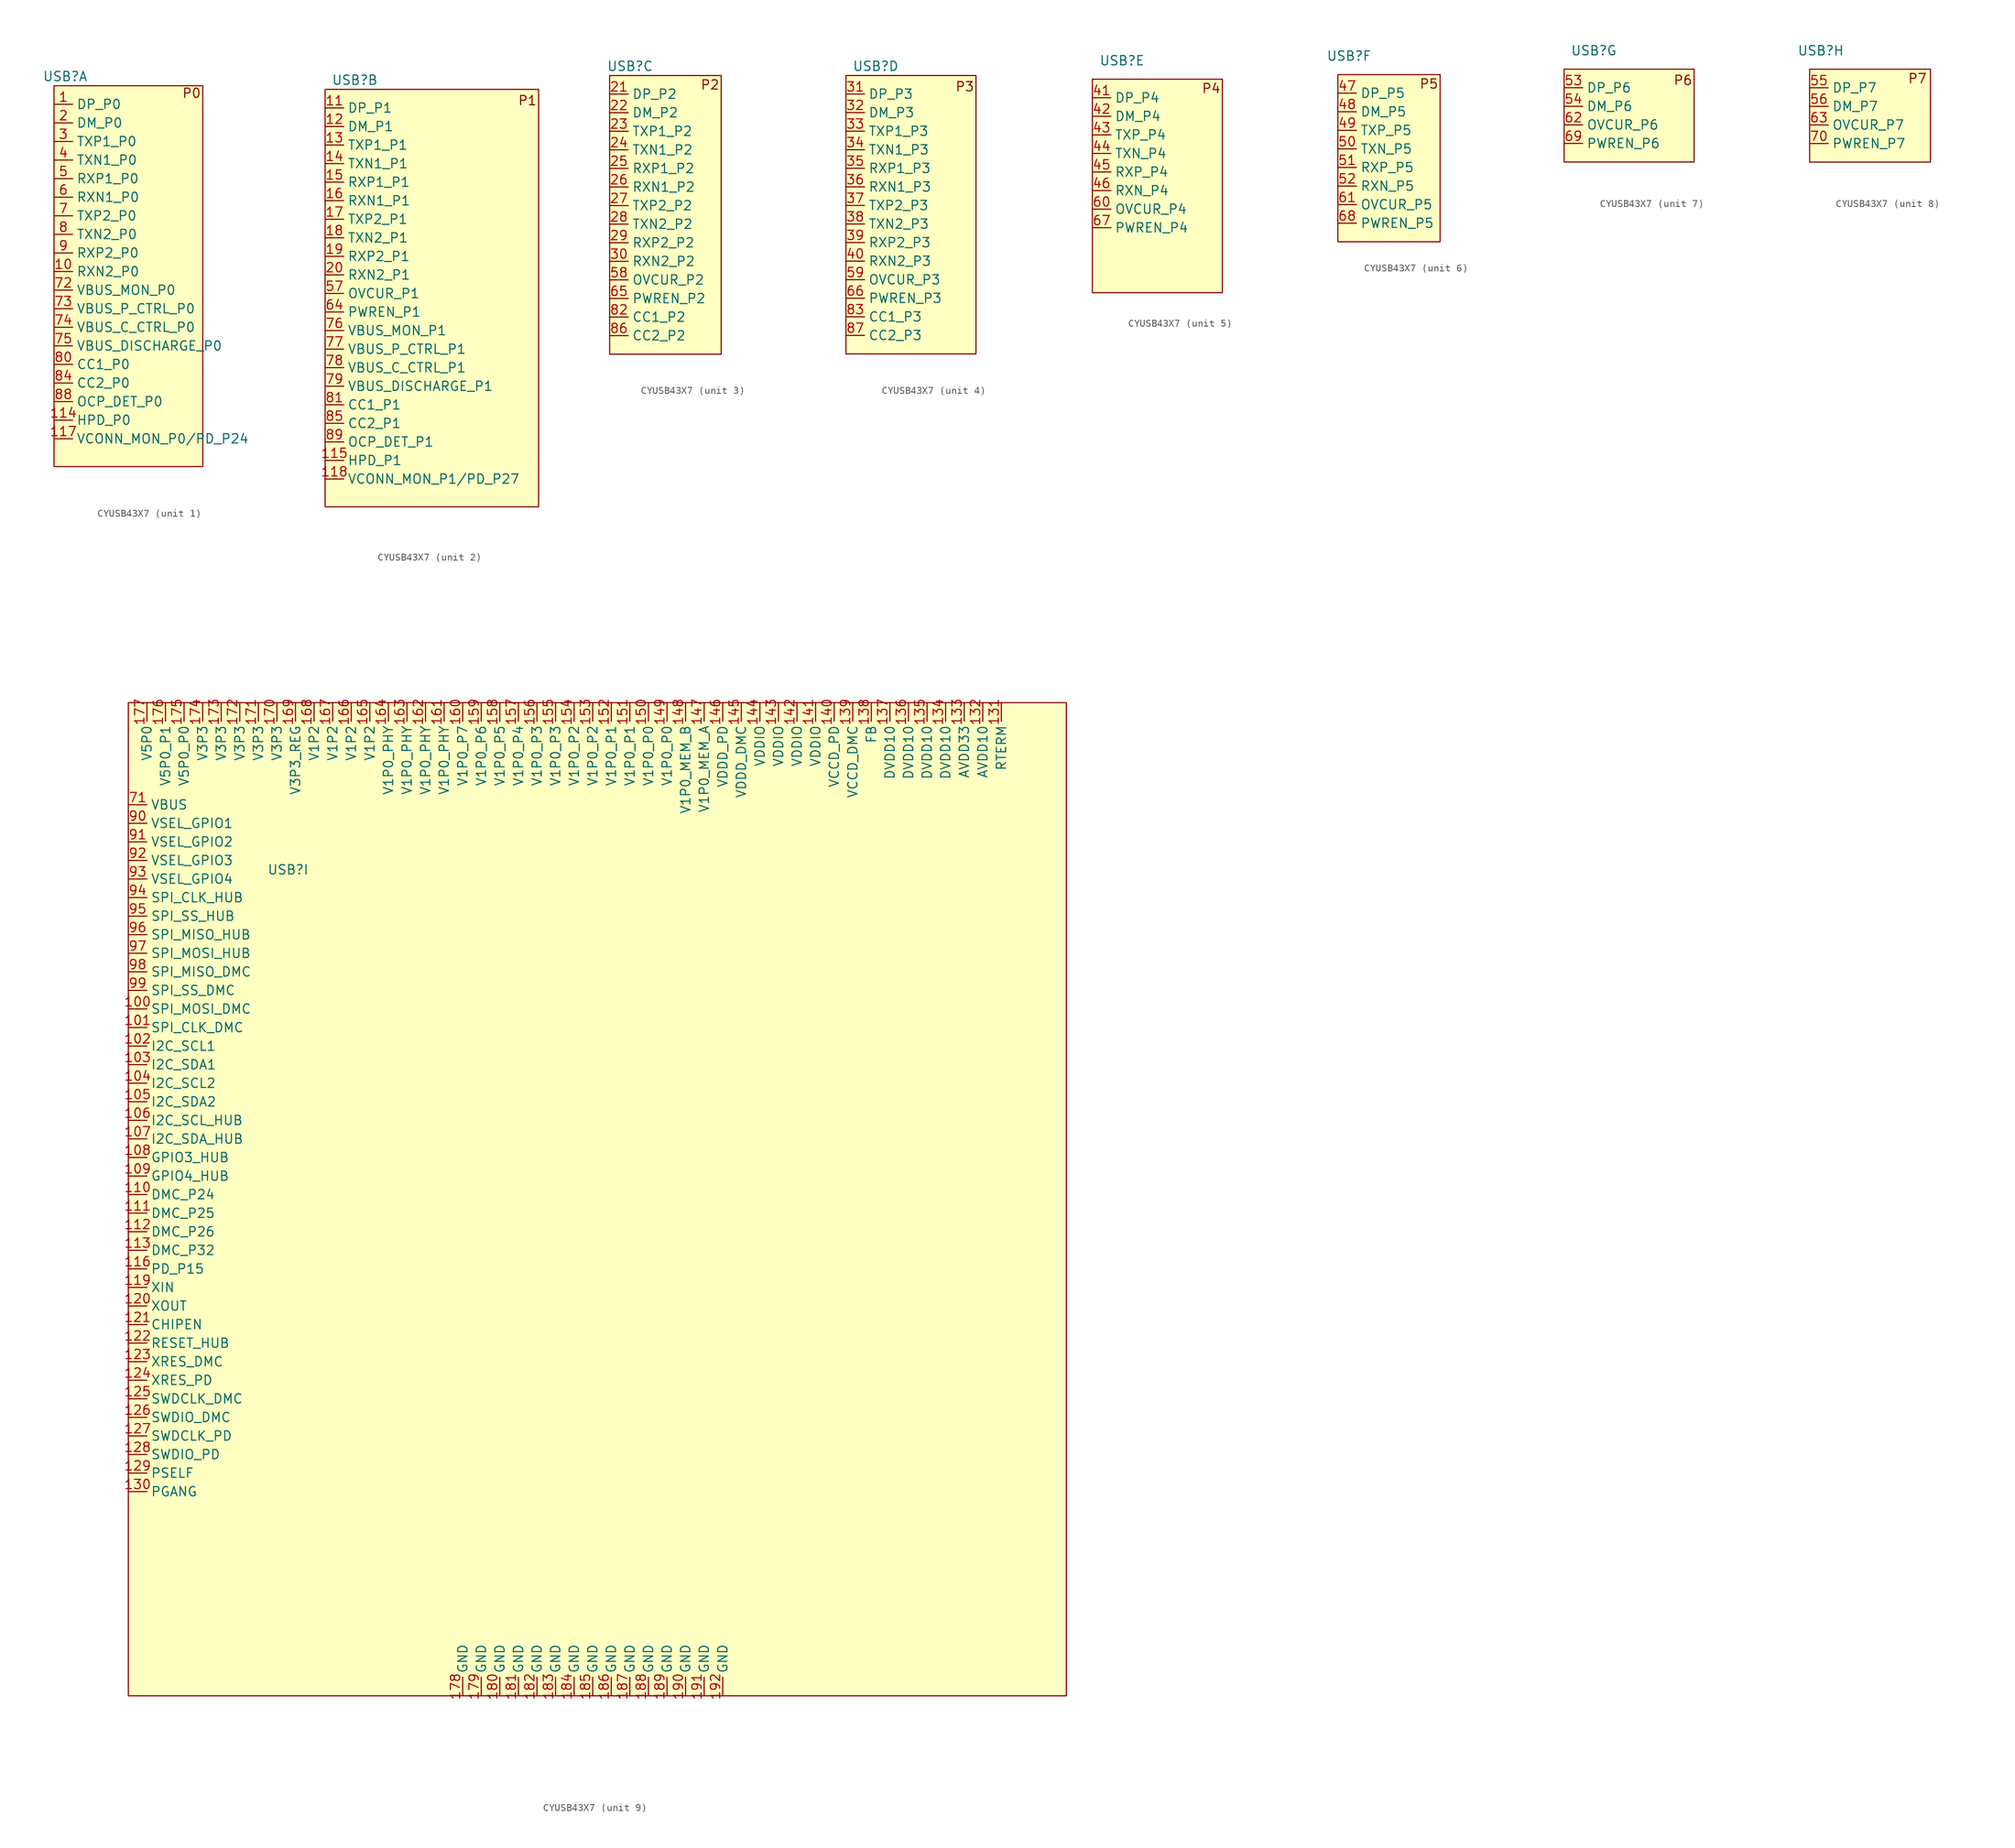
<source format=kicad_sym>
(kicad_symbol_lib
  (version 20231120)
  (generator "kicad_symbol_editor")
  (generator_version "8.0")
  (symbol "CYUSB43X7"
    (property "Reference" "USB"
      (at -4.826 1.27 0)
      (effects (font (size 1.27 1.27))))
    (property "Value" ""
      (at 15.24 -16.51 0)
      (effects (font (size 1.27 1.27))))
    (symbol "CYUSB43X7_1_0"
      (pin bidirectional line (at -6.35 -2.54 0) (length 2.54) (name "DP_P0" (effects (font (size 1.27 1.27)))) (number "1" (effects (font (size 1.27 1.27)))))
      (pin input line (at -6.35 -25.4 0) (length 2.54) (name "RXN2_P0" (effects (font (size 1.27 1.27)))) (number "10" (effects (font (size 1.27 1.27)))))
      (pin bidirectional line (at -6.35 -45.72 0) (length 2.54) (name "HPD_P0" (effects (font (size 1.27 1.27)))) (number "114" (effects (font (size 1.27 1.27)))))
      (pin bidirectional line (at -6.35 -48.26 0) (length 2.54) (name "VCONN_MON_P0/PD_P24" (effects (font (size 1.27 1.27)))) (number "117" (effects (font (size 1.27 1.27)))))
      (pin bidirectional line (at -6.35 -5.08 0) (length 2.54) (name "DM_P0" (effects (font (size 1.27 1.27)))) (number "2" (effects (font (size 1.27 1.27)))))
      (pin output line (at -6.35 -7.62 0) (length 2.54) (name "TXP1_P0" (effects (font (size 1.27 1.27)))) (number "3" (effects (font (size 1.27 1.27)))))
      (pin output line (at -6.35 -10.16 0) (length 2.54) (name "TXN1_P0" (effects (font (size 1.27 1.27)))) (number "4" (effects (font (size 1.27 1.27)))))
      (pin input line (at -6.35 -12.7 0) (length 2.54) (name "RXP1_P0" (effects (font (size 1.27 1.27)))) (number "5" (effects (font (size 1.27 1.27)))))
      (pin input line (at -6.35 -15.24 0) (length 2.54) (name "RXN1_P0" (effects (font (size 1.27 1.27)))) (number "6" (effects (font (size 1.27 1.27)))))
      (pin output line (at -6.35 -17.78 0) (length 2.54) (name "TXP2_P0" (effects (font (size 1.27 1.27)))) (number "7" (effects (font (size 1.27 1.27)))))
      (pin unspecified line (at -6.35 -27.94 0) (length 2.54) (name "VBUS_MON_P0" (effects (font (size 1.27 1.27)))) (number "72" (effects (font (size 1.27 1.27)))))
      (pin bidirectional line (at -6.35 -30.48 0) (length 2.54) (name "VBUS_P_CTRL_P0" (effects (font (size 1.27 1.27)))) (number "73" (effects (font (size 1.27 1.27)))))
      (pin bidirectional line (at -6.35 -33.02 0) (length 2.54) (name "VBUS_C_CTRL_P0" (effects (font (size 1.27 1.27)))) (number "74" (effects (font (size 1.27 1.27)))))
      (pin bidirectional line (at -6.35 -35.56 0) (length 2.54) (name "VBUS_DISCHARGE_P0" (effects (font (size 1.27 1.27)))) (number "75" (effects (font (size 1.27 1.27)))))
      (pin output line (at -6.35 -20.32 0) (length 2.54) (name "TXN2_P0" (effects (font (size 1.27 1.27)))) (number "8" (effects (font (size 1.27 1.27)))))
      (pin unspecified line (at -6.35 -38.1 0) (length 2.54) (name "CC1_P0" (effects (font (size 1.27 1.27)))) (number "80" (effects (font (size 1.27 1.27)))))
      (pin unspecified line (at -6.35 -40.64 0) (length 2.54) (name "CC2_P0" (effects (font (size 1.27 1.27)))) (number "84" (effects (font (size 1.27 1.27)))))
      (pin input line (at -6.35 -43.18 0) (length 2.54) (name "OCP_DET_P0" (effects (font (size 1.27 1.27)))) (number "88" (effects (font (size 1.27 1.27)))))
      (pin input line (at -6.35 -22.86 0) (length 2.54) (name "RXP2_P0" (effects (font (size 1.27 1.27)))) (number "9" (effects (font (size 1.27 1.27))))))
    (symbol "CYUSB43X7_1_1"
      (rectangle (start -6.35 0) (end 13.97 -52.07) (stroke (width 0) (type default)) (fill (type background)))
      (text "P0" (at 12.446 -1.016 0) (effects (font (size 1.27 1.27)))))
    (symbol "CYUSB43X7_2_0"
      (pin bidirectional line (at -8.89 -2.54 0) (length 2.54) (name "DP_P1" (effects (font (size 1.27 1.27)))) (number "11" (effects (font (size 1.27 1.27)))))
      (pin bidirectional line (at -8.89 -50.8 0) (length 2.54) (name "HPD_P1" (effects (font (size 1.27 1.27)))) (number "115" (effects (font (size 1.27 1.27)))))
      (pin bidirectional line (at -8.89 -53.34 0) (length 2.54) (name "VCONN_MON_P1/PD_P27" (effects (font (size 1.27 1.27)))) (number "118" (effects (font (size 1.27 1.27)))))
      (pin bidirectional line (at -8.89 -5.08 0) (length 2.54) (name "DM_P1" (effects (font (size 1.27 1.27)))) (number "12" (effects (font (size 1.27 1.27)))))
      (pin output line (at -8.89 -7.62 0) (length 2.54) (name "TXP1_P1" (effects (font (size 1.27 1.27)))) (number "13" (effects (font (size 1.27 1.27)))))
      (pin output line (at -8.89 -10.16 0) (length 2.54) (name "TXN1_P1" (effects (font (size 1.27 1.27)))) (number "14" (effects (font (size 1.27 1.27)))))
      (pin input line (at -8.89 -12.7 0) (length 2.54) (name "RXP1_P1" (effects (font (size 1.27 1.27)))) (number "15" (effects (font (size 1.27 1.27)))))
      (pin input line (at -8.89 -15.24 0) (length 2.54) (name "RXN1_P1" (effects (font (size 1.27 1.27)))) (number "16" (effects (font (size 1.27 1.27)))))
      (pin output line (at -8.89 -17.78 0) (length 2.54) (name "TXP2_P1" (effects (font (size 1.27 1.27)))) (number "17" (effects (font (size 1.27 1.27)))))
      (pin output line (at -8.89 -20.32 0) (length 2.54) (name "TXN2_P1" (effects (font (size 1.27 1.27)))) (number "18" (effects (font (size 1.27 1.27)))))
      (pin input line (at -8.89 -22.86 0) (length 2.54) (name "RXP2_P1" (effects (font (size 1.27 1.27)))) (number "19" (effects (font (size 1.27 1.27)))))
      (pin input line (at -8.89 -25.4 0) (length 2.54) (name "RXN2_P1" (effects (font (size 1.27 1.27)))) (number "20" (effects (font (size 1.27 1.27)))))
      (pin input line (at -8.89 -27.94 0) (length 2.54) (name "OVCUR_P1" (effects (font (size 1.27 1.27)))) (number "57" (effects (font (size 1.27 1.27)))))
      (pin output line (at -8.89 -30.48 0) (length 2.54) (name "PWREN_P1" (effects (font (size 1.27 1.27)))) (number "64" (effects (font (size 1.27 1.27)))))
      (pin unspecified line (at -8.89 -33.02 0) (length 2.54) (name "VBUS_MON_P1" (effects (font (size 1.27 1.27)))) (number "76" (effects (font (size 1.27 1.27)))))
      (pin bidirectional line (at -8.89 -35.56 0) (length 2.54) (name "VBUS_P_CTRL_P1" (effects (font (size 1.27 1.27)))) (number "77" (effects (font (size 1.27 1.27)))))
      (pin bidirectional line (at -8.89 -38.1 0) (length 2.54) (name "VBUS_C_CTRL_P1" (effects (font (size 1.27 1.27)))) (number "78" (effects (font (size 1.27 1.27)))))
      (pin bidirectional line (at -8.89 -40.64 0) (length 2.54) (name "VBUS_DISCHARGE_P1" (effects (font (size 1.27 1.27)))) (number "79" (effects (font (size 1.27 1.27)))))
      (pin unspecified line (at -8.89 -43.18 0) (length 2.54) (name "CC1_P1" (effects (font (size 1.27 1.27)))) (number "81" (effects (font (size 1.27 1.27)))))
      (pin unspecified line (at -8.89 -45.72 0) (length 2.54) (name "CC2_P1" (effects (font (size 1.27 1.27)))) (number "85" (effects (font (size 1.27 1.27)))))
      (pin input line (at -8.89 -48.26 0) (length 2.54) (name "OCP_DET_P1" (effects (font (size 1.27 1.27)))) (number "89" (effects (font (size 1.27 1.27))))))
    (symbol "CYUSB43X7_2_1"
      (rectangle (start -8.89 0) (end 20.32 -57.15) (stroke (width 0) (type default)) (fill (type background)))
      (text "P1" (at 18.796 -1.524 0) (effects (font (size 1.27 1.27)))))
    (symbol "CYUSB43X7_3_0"
      (pin bidirectional line (at -7.62 -2.54 0) (length 2.54) (name "DP_P2" (effects (font (size 1.27 1.27)))) (number "21" (effects (font (size 1.27 1.27)))))
      (pin bidirectional line (at -7.62 -5.08 0) (length 2.54) (name "DM_P2" (effects (font (size 1.27 1.27)))) (number "22" (effects (font (size 1.27 1.27)))))
      (pin output line (at -7.62 -7.62 0) (length 2.54) (name "TXP1_P2" (effects (font (size 1.27 1.27)))) (number "23" (effects (font (size 1.27 1.27)))))
      (pin output line (at -7.62 -10.16 0) (length 2.54) (name "TXN1_P2" (effects (font (size 1.27 1.27)))) (number "24" (effects (font (size 1.27 1.27)))))
      (pin input line (at -7.62 -12.7 0) (length 2.54) (name "RXP1_P2" (effects (font (size 1.27 1.27)))) (number "25" (effects (font (size 1.27 1.27)))))
      (pin input line (at -7.62 -15.24 0) (length 2.54) (name "RXN1_P2" (effects (font (size 1.27 1.27)))) (number "26" (effects (font (size 1.27 1.27)))))
      (pin output line (at -7.62 -17.78 0) (length 2.54) (name "TXP2_P2" (effects (font (size 1.27 1.27)))) (number "27" (effects (font (size 1.27 1.27)))))
      (pin output line (at -7.62 -20.32 0) (length 2.54) (name "TXN2_P2" (effects (font (size 1.27 1.27)))) (number "28" (effects (font (size 1.27 1.27)))))
      (pin input line (at -7.62 -22.86 0) (length 2.54) (name "RXP2_P2" (effects (font (size 1.27 1.27)))) (number "29" (effects (font (size 1.27 1.27)))))
      (pin input line (at -7.62 -25.4 0) (length 2.54) (name "RXN2_P2" (effects (font (size 1.27 1.27)))) (number "30" (effects (font (size 1.27 1.27)))))
      (pin input line (at -7.62 -27.94 0) (length 2.54) (name "OVCUR_P2" (effects (font (size 1.27 1.27)))) (number "58" (effects (font (size 1.27 1.27)))))
      (pin output line (at -7.62 -30.48 0) (length 2.54) (name "PWREN_P2" (effects (font (size 1.27 1.27)))) (number "65" (effects (font (size 1.27 1.27)))))
      (pin unspecified line (at -7.62 -33.02 0) (length 2.54) (name "CC1_P2" (effects (font (size 1.27 1.27)))) (number "82" (effects (font (size 1.27 1.27)))))
      (pin unspecified line (at -7.62 -35.56 0) (length 2.54) (name "CC2_P2" (effects (font (size 1.27 1.27)))) (number "86" (effects (font (size 1.27 1.27))))))
    (symbol "CYUSB43X7_3_1"
      (rectangle (start -7.62 0) (end 7.62 -38.1) (stroke (width 0) (type default)) (fill (type background)))
      (text "P2" (at 6.096 -1.27 0) (effects (font (size 1.27 1.27)))))
    (symbol "CYUSB43X7_4_0"
      (pin bidirectional line (at -8.89 -2.54 0) (length 2.54) (name "DP_P3" (effects (font (size 1.27 1.27)))) (number "31" (effects (font (size 1.27 1.27)))))
      (pin bidirectional line (at -8.89 -5.08 0) (length 2.54) (name "DM_P3" (effects (font (size 1.27 1.27)))) (number "32" (effects (font (size 1.27 1.27)))))
      (pin output line (at -8.89 -7.62 0) (length 2.54) (name "TXP1_P3" (effects (font (size 1.27 1.27)))) (number "33" (effects (font (size 1.27 1.27)))))
      (pin output line (at -8.89 -10.16 0) (length 2.54) (name "TXN1_P3" (effects (font (size 1.27 1.27)))) (number "34" (effects (font (size 1.27 1.27)))))
      (pin input line (at -8.89 -12.7 0) (length 2.54) (name "RXP1_P3" (effects (font (size 1.27 1.27)))) (number "35" (effects (font (size 1.27 1.27)))))
      (pin input line (at -8.89 -15.24 0) (length 2.54) (name "RXN1_P3" (effects (font (size 1.27 1.27)))) (number "36" (effects (font (size 1.27 1.27)))))
      (pin output line (at -8.89 -17.78 0) (length 2.54) (name "TXP2_P3" (effects (font (size 1.27 1.27)))) (number "37" (effects (font (size 1.27 1.27)))))
      (pin output line (at -8.89 -20.32 0) (length 2.54) (name "TXN2_P3" (effects (font (size 1.27 1.27)))) (number "38" (effects (font (size 1.27 1.27)))))
      (pin input line (at -8.89 -22.86 0) (length 2.54) (name "RXP2_P3" (effects (font (size 1.27 1.27)))) (number "39" (effects (font (size 1.27 1.27)))))
      (pin input line (at -8.89 -25.4 0) (length 2.54) (name "RXN2_P3" (effects (font (size 1.27 1.27)))) (number "40" (effects (font (size 1.27 1.27)))))
      (pin input line (at -8.89 -27.94 0) (length 2.54) (name "OVCUR_P3" (effects (font (size 1.27 1.27)))) (number "59" (effects (font (size 1.27 1.27)))))
      (pin output line (at -8.89 -30.48 0) (length 2.54) (name "PWREN_P3" (effects (font (size 1.27 1.27)))) (number "66" (effects (font (size 1.27 1.27)))))
      (pin unspecified line (at -8.89 -33.02 0) (length 2.54) (name "CC1_P3" (effects (font (size 1.27 1.27)))) (number "83" (effects (font (size 1.27 1.27)))))
      (pin unspecified line (at -8.89 -35.56 0) (length 2.54) (name "CC2_P3" (effects (font (size 1.27 1.27)))) (number "87" (effects (font (size 1.27 1.27))))))
    (symbol "CYUSB43X7_4_1"
      (rectangle (start -8.89 0) (end 8.89 -38.1) (stroke (width 0) (type default)) (fill (type background)))
      (text "P3" (at 7.366 -1.524 0) (effects (font (size 1.27 1.27)))))
    (symbol "CYUSB43X7_5_0"
      (pin bidirectional line (at -8.89 -3.81 0) (length 2.54) (name "DP_P4" (effects (font (size 1.27 1.27)))) (number "41" (effects (font (size 1.27 1.27)))))
      (pin bidirectional line (at -8.89 -6.35 0) (length 2.54) (name "DM_P4" (effects (font (size 1.27 1.27)))) (number "42" (effects (font (size 1.27 1.27)))))
      (pin output line (at -8.89 -8.89 0) (length 2.54) (name "TXP_P4" (effects (font (size 1.27 1.27)))) (number "43" (effects (font (size 1.27 1.27)))))
      (pin output line (at -8.89 -11.43 0) (length 2.54) (name "TXN_P4" (effects (font (size 1.27 1.27)))) (number "44" (effects (font (size 1.27 1.27)))))
      (pin input line (at -8.89 -13.97 0) (length 2.54) (name "RXP_P4" (effects (font (size 1.27 1.27)))) (number "45" (effects (font (size 1.27 1.27)))))
      (pin input line (at -8.89 -16.51 0) (length 2.54) (name "RXN_P4" (effects (font (size 1.27 1.27)))) (number "46" (effects (font (size 1.27 1.27)))))
      (pin input line (at -8.89 -19.05 0) (length 2.54) (name "OVCUR_P4" (effects (font (size 1.27 1.27)))) (number "60" (effects (font (size 1.27 1.27)))))
      (pin output line (at -8.89 -21.59 0) (length 2.54) (name "PWREN_P4" (effects (font (size 1.27 1.27)))) (number "67" (effects (font (size 1.27 1.27))))))
    (symbol "CYUSB43X7_5_1"
      (rectangle (start -8.89 -1.27) (end 8.89 -30.48) (stroke (width 0) (type default)) (fill (type background)))
      (text "P4" (at 7.366 -2.54 0) (effects (font (size 1.27 1.27)))))
    (symbol "CYUSB43X7_6_0"
      (pin output line (at -6.35 -3.81 0) (length 2.54) (name "DP_P5" (effects (font (size 1.27 1.27)))) (number "47" (effects (font (size 1.27 1.27)))))
      (pin output line (at -6.35 -6.35 0) (length 2.54) (name "DM_P5" (effects (font (size 1.27 1.27)))) (number "48" (effects (font (size 1.27 1.27)))))
      (pin input line (at -6.35 -8.89 0) (length 2.54) (name "TXP_P5" (effects (font (size 1.27 1.27)))) (number "49" (effects (font (size 1.27 1.27)))))
      (pin input line (at -6.35 -11.43 0) (length 2.54) (name "TXN_P5" (effects (font (size 1.27 1.27)))) (number "50" (effects (font (size 1.27 1.27)))))
      (pin output line (at -6.35 -13.97 0) (length 2.54) (name "RXP_P5" (effects (font (size 1.27 1.27)))) (number "51" (effects (font (size 1.27 1.27)))))
      (pin output line (at -6.35 -16.51 0) (length 2.54) (name "RXN_P5" (effects (font (size 1.27 1.27)))) (number "52" (effects (font (size 1.27 1.27)))))
      (pin input line (at -6.35 -19.05 0) (length 2.54) (name "OVCUR_P5" (effects (font (size 1.27 1.27)))) (number "61" (effects (font (size 1.27 1.27)))))
      (pin output line (at -6.35 -21.59 0) (length 2.54) (name "PWREN_P5" (effects (font (size 1.27 1.27)))) (number "68" (effects (font (size 1.27 1.27))))))
    (symbol "CYUSB43X7_6_1"
      (rectangle (start -6.35 -1.27) (end 7.62 -24.13) (stroke (width 0) (type default)) (fill (type background)))
      (text "P5" (at 6.096 -2.54 0) (effects (font (size 1.27 1.27)))))
    (symbol "CYUSB43X7_7_0"
      (pin bidirectional line (at -8.89 -3.81 0) (length 2.54) (name "DP_P6" (effects (font (size 1.27 1.27)))) (number "53" (effects (font (size 1.27 1.27)))))
      (pin bidirectional line (at -8.89 -6.35 0) (length 2.54) (name "DM_P6" (effects (font (size 1.27 1.27)))) (number "54" (effects (font (size 1.27 1.27)))))
      (pin input line (at -8.89 -8.89 0) (length 2.54) (name "OVCUR_P6" (effects (font (size 1.27 1.27)))) (number "62" (effects (font (size 1.27 1.27)))))
      (pin output line (at -8.89 -11.43 0) (length 2.54) (name "PWREN_P6" (effects (font (size 1.27 1.27)))) (number "69" (effects (font (size 1.27 1.27))))))
    (symbol "CYUSB43X7_7_1"
      (rectangle (start -8.89 -1.27) (end 8.89 -13.97) (stroke (width 0) (type default)) (fill (type background)))
      (text "P6" (at 7.366 -2.794 0) (effects (font (size 1.27 1.27)))))
    (symbol "CYUSB43X7_8_0"
      (pin bidirectional line (at -6.35 -3.81 0) (length 2.54) (name "DP_P7" (effects (font (size 1.27 1.27)))) (number "55" (effects (font (size 1.27 1.27)))))
      (pin bidirectional line (at -6.35 -6.35 0) (length 2.54) (name "DM_P7" (effects (font (size 1.27 1.27)))) (number "56" (effects (font (size 1.27 1.27)))))
      (pin input line (at -6.35 -8.89 0) (length 2.54) (name "OVCUR_P7" (effects (font (size 1.27 1.27)))) (number "63" (effects (font (size 1.27 1.27)))))
      (pin output line (at -6.35 -11.43 0) (length 2.54) (name "PWREN_P7" (effects (font (size 1.27 1.27)))) (number "70" (effects (font (size 1.27 1.27))))))
    (symbol "CYUSB43X7_8_1"
      (rectangle (start -6.35 -1.27) (end 10.16 -13.97) (stroke (width 0) (type default)) (fill (type background)))
      (text "P7" (at 8.382 -2.54 0) (effects (font (size 1.27 1.27)))))
    (symbol "CYUSB43X7_9_0"
      (pin bidirectional line (at -26.67 -17.78 0) (length 2.54) (name "SPI_MOSI_DMC" (effects (font (size 1.27 1.27)))) (number "100" (effects (font (size 1.27 1.27)))))
      (pin bidirectional line (at -26.67 -20.32 0) (length 2.54) (name "SPI_CLK_DMC" (effects (font (size 1.27 1.27)))) (number "101" (effects (font (size 1.27 1.27)))))
      (pin bidirectional line (at -26.67 -22.86 0) (length 2.54) (name "I2C_SCL1" (effects (font (size 1.27 1.27)))) (number "102" (effects (font (size 1.27 1.27)))))
      (pin bidirectional line (at -26.67 -25.4 0) (length 2.54) (name "I2C_SDA1" (effects (font (size 1.27 1.27)))) (number "103" (effects (font (size 1.27 1.27)))))
      (pin bidirectional line (at -26.67 -27.94 0) (length 2.54) (name "I2C_SCL2" (effects (font (size 1.27 1.27)))) (number "104" (effects (font (size 1.27 1.27)))))
      (pin bidirectional line (at -26.67 -30.48 0) (length 2.54) (name "I2C_SDA2" (effects (font (size 1.27 1.27)))) (number "105" (effects (font (size 1.27 1.27)))))
      (pin bidirectional line (at -26.67 -33.02 0) (length 2.54) (name "I2C_SCL_HUB" (effects (font (size 1.27 1.27)))) (number "106" (effects (font (size 1.27 1.27)))))
      (pin bidirectional line (at -26.67 -35.56 0) (length 2.54) (name "I2C_SDA_HUB" (effects (font (size 1.27 1.27)))) (number "107" (effects (font (size 1.27 1.27)))))
      (pin bidirectional line (at -26.67 -38.1 0) (length 2.54) (name "GPIO3_HUB" (effects (font (size 1.27 1.27)))) (number "108" (effects (font (size 1.27 1.27)))))
      (pin bidirectional line (at -26.67 -40.64 0) (length 2.54) (name "GPIO4_HUB" (effects (font (size 1.27 1.27)))) (number "109" (effects (font (size 1.27 1.27)))))
      (pin bidirectional line (at -26.67 -43.18 0) (length 2.54) (name "DMC_P24" (effects (font (size 1.27 1.27)))) (number "110" (effects (font (size 1.27 1.27)))))
      (pin bidirectional line (at -26.67 -45.72 0) (length 2.54) (name "DMC_P25" (effects (font (size 1.27 1.27)))) (number "111" (effects (font (size 1.27 1.27)))))
      (pin bidirectional line (at -26.67 -48.26 0) (length 2.54) (name "DMC_P26" (effects (font (size 1.27 1.27)))) (number "112" (effects (font (size 1.27 1.27)))))
      (pin bidirectional line (at -26.67 -50.8 0) (length 2.54) (name "DMC_P32" (effects (font (size 1.27 1.27)))) (number "113" (effects (font (size 1.27 1.27)))))
      (pin bidirectional line (at -26.67 -53.34 0) (length 2.54) (name "PD_P15" (effects (font (size 1.27 1.27)))) (number "116" (effects (font (size 1.27 1.27)))))
      (pin unspecified line (at -26.67 -55.88 0) (length 2.54) (name "XIN" (effects (font (size 1.27 1.27)))) (number "119" (effects (font (size 1.27 1.27)))))
      (pin unspecified line (at -26.67 -58.42 0) (length 2.54) (name "XOUT" (effects (font (size 1.27 1.27)))) (number "120" (effects (font (size 1.27 1.27)))))
      (pin input line (at -26.67 -60.96 0) (length 2.54) (name "CHIPEN" (effects (font (size 1.27 1.27)))) (number "121" (effects (font (size 1.27 1.27)))))
      (pin input line (at -26.67 -63.5 0) (length 2.54) (name "RESET_HUB" (effects (font (size 1.27 1.27)))) (number "122" (effects (font (size 1.27 1.27)))))
      (pin input line (at -26.67 -66.04 0) (length 2.54) (name "XRES_DMC" (effects (font (size 1.27 1.27)))) (number "123" (effects (font (size 1.27 1.27)))))
      (pin input line (at -26.67 -68.58 0) (length 2.54) (name "XRES_PD" (effects (font (size 1.27 1.27)))) (number "124" (effects (font (size 1.27 1.27)))))
      (pin bidirectional line (at -26.67 -71.12 0) (length 2.54) (name "SWDCLK_DMC" (effects (font (size 1.27 1.27)))) (number "125" (effects (font (size 1.27 1.27)))))
      (pin bidirectional line (at -26.67 -73.66 0) (length 2.54) (name "SWDIO_DMC" (effects (font (size 1.27 1.27)))) (number "126" (effects (font (size 1.27 1.27)))))
      (pin bidirectional line (at -26.67 -76.2 0) (length 2.54) (name "SWDCLK_PD" (effects (font (size 1.27 1.27)))) (number "127" (effects (font (size 1.27 1.27)))))
      (pin bidirectional line (at -26.67 -78.74 0) (length 2.54) (name "SWDIO_PD" (effects (font (size 1.27 1.27)))) (number "128" (effects (font (size 1.27 1.27)))))
      (pin input line (at -26.67 -81.28 0) (length 2.54) (name "PSELF" (effects (font (size 1.27 1.27)))) (number "129" (effects (font (size 1.27 1.27)))))
      (pin input line (at -26.67 -83.82 0) (length 2.54) (name "PGANG" (effects (font (size 1.27 1.27)))) (number "130" (effects (font (size 1.27 1.27)))))
      (pin power_in line (at 92.71 24.13 270) (length 2.54) (name "RTERM" (effects (font (size 1.27 1.27)))) (number "131" (effects (font (size 1.27 1.27)))))
      (pin power_in line (at 90.17 24.13 270) (length 2.54) (name "AVDD10" (effects (font (size 1.27 1.27)))) (number "132" (effects (font (size 1.27 1.27)))))
      (pin power_in line (at 87.63 24.13 270) (length 2.54) (name "AVDD33" (effects (font (size 1.27 1.27)))) (number "133" (effects (font (size 1.27 1.27)))))
      (pin power_in line (at 85.09 24.13 270) (length 2.54) (name "DVDD10" (effects (font (size 1.27 1.27)))) (number "134" (effects (font (size 1.27 1.27)))))
      (pin power_in line (at 82.55 24.13 270) (length 2.54) (name "DVDD10" (effects (font (size 1.27 1.27)))) (number "135" (effects (font (size 1.27 1.27)))))
      (pin power_in line (at 80.01 24.13 270) (length 2.54) (name "DVDD10" (effects (font (size 1.27 1.27)))) (number "136" (effects (font (size 1.27 1.27)))))
      (pin power_in line (at 77.47 24.13 270) (length 2.54) (name "DVDD10" (effects (font (size 1.27 1.27)))) (number "137" (effects (font (size 1.27 1.27)))))
      (pin power_in line (at 74.93 24.13 270) (length 2.54) (name "FB" (effects (font (size 1.27 1.27)))) (number "138" (effects (font (size 1.27 1.27)))))
      (pin power_in line (at 72.39 24.13 270) (length 2.54) (name "VCCD_DMC" (effects (font (size 1.27 1.27)))) (number "139" (effects (font (size 1.27 1.27)))))
      (pin power_in line (at 69.85 24.13 270) (length 2.54) (name "VCCD_PD" (effects (font (size 1.27 1.27)))) (number "140" (effects (font (size 1.27 1.27)))))
      (pin power_in line (at 67.31 24.13 270) (length 2.54) (name "VDDIO" (effects (font (size 1.27 1.27)))) (number "141" (effects (font (size 1.27 1.27)))))
      (pin power_in line (at 64.77 24.13 270) (length 2.54) (name "VDDIO" (effects (font (size 1.27 1.27)))) (number "142" (effects (font (size 1.27 1.27)))))
      (pin power_in line (at 62.23 24.13 270) (length 2.54) (name "VDDIO" (effects (font (size 1.27 1.27)))) (number "143" (effects (font (size 1.27 1.27)))))
      (pin power_in line (at 59.69 24.13 270) (length 2.54) (name "VDDIO" (effects (font (size 1.27 1.27)))) (number "144" (effects (font (size 1.27 1.27)))))
      (pin power_in line (at 57.15 24.13 270) (length 2.54) (name "VDDD_DMC" (effects (font (size 1.27 1.27)))) (number "145" (effects (font (size 1.27 1.27)))))
      (pin power_in line (at 54.61 24.13 270) (length 2.54) (name "VDDD_PD" (effects (font (size 1.27 1.27)))) (number "146" (effects (font (size 1.27 1.27)))))
      (pin power_in line (at 52.07 24.13 270) (length 2.54) (name "V1P0_MEM_A" (effects (font (size 1.27 1.27)))) (number "147" (effects (font (size 1.27 1.27)))))
      (pin power_in line (at 49.53 24.13 270) (length 2.54) (name "V1P0_MEM_B" (effects (font (size 1.27 1.27)))) (number "148" (effects (font (size 1.27 1.27)))))
      (pin power_in line (at 46.99 24.13 270) (length 2.54) (name "V1P0_P0" (effects (font (size 1.27 1.27)))) (number "149" (effects (font (size 1.27 1.27)))))
      (pin power_in line (at 44.45 24.13 270) (length 2.54) (name "V1P0_P0" (effects (font (size 1.27 1.27)))) (number "150" (effects (font (size 1.27 1.27)))))
      (pin power_in line (at 41.91 24.13 270) (length 2.54) (name "V1P0_P1" (effects (font (size 1.27 1.27)))) (number "151" (effects (font (size 1.27 1.27)))))
      (pin power_in line (at 39.37 24.13 270) (length 2.54) (name "V1P0_P1" (effects (font (size 1.27 1.27)))) (number "152" (effects (font (size 1.27 1.27)))))
      (pin power_in line (at 36.83 24.13 270) (length 2.54) (name "V1P0_P2" (effects (font (size 1.27 1.27)))) (number "153" (effects (font (size 1.27 1.27)))))
      (pin power_in line (at 34.29 24.13 270) (length 2.54) (name "V1P0_P2" (effects (font (size 1.27 1.27)))) (number "154" (effects (font (size 1.27 1.27)))))
      (pin power_in line (at 31.75 24.13 270) (length 2.54) (name "V1P0_P3" (effects (font (size 1.27 1.27)))) (number "155" (effects (font (size 1.27 1.27)))))
      (pin power_in line (at 29.21 24.13 270) (length 2.54) (name "V1P0_P3" (effects (font (size 1.27 1.27)))) (number "156" (effects (font (size 1.27 1.27)))))
      (pin power_in line (at 26.67 24.13 270) (length 2.54) (name "V1P0_P4" (effects (font (size 1.27 1.27)))) (number "157" (effects (font (size 1.27 1.27)))))
      (pin power_in line (at 24.13 24.13 270) (length 2.54) (name "V1P0_P5" (effects (font (size 1.27 1.27)))) (number "158" (effects (font (size 1.27 1.27)))))
      (pin power_in line (at 21.59 24.13 270) (length 2.54) (name "V1P0_P6" (effects (font (size 1.27 1.27)))) (number "159" (effects (font (size 1.27 1.27)))))
      (pin power_in line (at 19.05 24.13 270) (length 2.54) (name "V1P0_P7" (effects (font (size 1.27 1.27)))) (number "160" (effects (font (size 1.27 1.27)))))
      (pin power_in line (at 16.51 24.13 270) (length 2.54) (name "V1P0_PHY" (effects (font (size 1.27 1.27)))) (number "161" (effects (font (size 1.27 1.27)))))
      (pin power_in line (at 13.97 24.13 270) (length 2.54) (name "V1P0_PHY" (effects (font (size 1.27 1.27)))) (number "162" (effects (font (size 1.27 1.27)))))
      (pin power_in line (at 11.43 24.13 270) (length 2.54) (name "V1P0_PHY" (effects (font (size 1.27 1.27)))) (number "163" (effects (font (size 1.27 1.27)))))
      (pin power_in line (at 8.89 24.13 270) (length 2.54) (name "V1P0_PHY" (effects (font (size 1.27 1.27)))) (number "164" (effects (font (size 1.27 1.27)))))
      (pin power_in line (at 6.35 24.13 270) (length 2.54) (name "V1P2" (effects (font (size 1.27 1.27)))) (number "165" (effects (font (size 1.27 1.27)))))
      (pin power_in line (at 3.81 24.13 270) (length 2.54) (name "V1P2" (effects (font (size 1.27 1.27)))) (number "166" (effects (font (size 1.27 1.27)))))
      (pin power_in line (at 1.27 24.13 270) (length 2.54) (name "V1P2" (effects (font (size 1.27 1.27)))) (number "167" (effects (font (size 1.27 1.27)))))
      (pin power_in line (at -1.27 24.13 270) (length 2.54) (name "V1P2" (effects (font (size 1.27 1.27)))) (number "168" (effects (font (size 1.27 1.27)))))
      (pin power_in line (at -3.81 24.13 270) (length 2.54) (name "V3P3_REG" (effects (font (size 1.27 1.27)))) (number "169" (effects (font (size 1.27 1.27)))))
      (pin power_in line (at -6.35 24.13 270) (length 2.54) (name "V3P3" (effects (font (size 1.27 1.27)))) (number "170" (effects (font (size 1.27 1.27)))))
      (pin power_in line (at -8.89 24.13 270) (length 2.54) (name "V3P3" (effects (font (size 1.27 1.27)))) (number "171" (effects (font (size 1.27 1.27)))))
      (pin power_in line (at -11.43 24.13 270) (length 2.54) (name "V3P3" (effects (font (size 1.27 1.27)))) (number "172" (effects (font (size 1.27 1.27)))))
      (pin power_in line (at -13.97 24.13 270) (length 2.54) (name "V3P3" (effects (font (size 1.27 1.27)))) (number "173" (effects (font (size 1.27 1.27)))))
      (pin power_in line (at -16.51 24.13 270) (length 2.54) (name "V3P3" (effects (font (size 1.27 1.27)))) (number "174" (effects (font (size 1.27 1.27)))))
      (pin power_in line (at -19.05 24.13 270) (length 2.54) (name "V5P0_P0" (effects (font (size 1.27 1.27)))) (number "175" (effects (font (size 1.27 1.27)))))
      (pin power_in line (at -21.59 24.13 270) (length 2.54) (name "V5P0_P1" (effects (font (size 1.27 1.27)))) (number "176" (effects (font (size 1.27 1.27)))))
      (pin power_in line (at -24.13 24.13 270) (length 2.54) (name "V5P0" (effects (font (size 1.27 1.27)))) (number "177" (effects (font (size 1.27 1.27)))))
      (pin power_in line (at 19.05 -111.76 90) (length 2.54) (name "GND" (effects (font (size 1.27 1.27)))) (number "178" (effects (font (size 1.27 1.27)))))
      (pin power_in line (at 21.59 -111.76 90) (length 2.54) (name "GND" (effects (font (size 1.27 1.27)))) (number "179" (effects (font (size 1.27 1.27)))))
      (pin power_in line (at 24.13 -111.76 90) (length 2.54) (name "GND" (effects (font (size 1.27 1.27)))) (number "180" (effects (font (size 1.27 1.27)))))
      (pin power_in line (at 26.67 -111.76 90) (length 2.54) (name "GND" (effects (font (size 1.27 1.27)))) (number "181" (effects (font (size 1.27 1.27)))))
      (pin power_in line (at 29.21 -111.76 90) (length 2.54) (name "GND" (effects (font (size 1.27 1.27)))) (number "182" (effects (font (size 1.27 1.27)))))
      (pin power_in line (at 31.75 -111.76 90) (length 2.54) (name "GND" (effects (font (size 1.27 1.27)))) (number "183" (effects (font (size 1.27 1.27)))))
      (pin power_in line (at 34.29 -111.76 90) (length 2.54) (name "GND" (effects (font (size 1.27 1.27)))) (number "184" (effects (font (size 1.27 1.27)))))
      (pin power_in line (at 36.83 -111.76 90) (length 2.54) (name "GND" (effects (font (size 1.27 1.27)))) (number "185" (effects (font (size 1.27 1.27)))))
      (pin power_in line (at 39.37 -111.76 90) (length 2.54) (name "GND" (effects (font (size 1.27 1.27)))) (number "186" (effects (font (size 1.27 1.27)))))
      (pin power_in line (at 41.91 -111.76 90) (length 2.54) (name "GND" (effects (font (size 1.27 1.27)))) (number "187" (effects (font (size 1.27 1.27)))))
      (pin power_in line (at 44.45 -111.76 90) (length 2.54) (name "GND" (effects (font (size 1.27 1.27)))) (number "188" (effects (font (size 1.27 1.27)))))
      (pin power_in line (at 46.99 -111.76 90) (length 2.54) (name "GND" (effects (font (size 1.27 1.27)))) (number "189" (effects (font (size 1.27 1.27)))))
      (pin power_in line (at 49.53 -111.76 90) (length 2.54) (name "GND" (effects (font (size 1.27 1.27)))) (number "190" (effects (font (size 1.27 1.27)))))
      (pin power_in line (at 52.07 -111.76 90) (length 2.54) (name "GND" (effects (font (size 1.27 1.27)))) (number "191" (effects (font (size 1.27 1.27)))))
      (pin power_in line (at 54.61 -111.76 90) (length 2.54) (name "GND" (effects (font (size 1.27 1.27)))) (number "192" (effects (font (size 1.27 1.27)))))
      (pin input line (at -26.67 10.16 0) (length 2.54) (name "VBUS" (effects (font (size 1.27 1.27)))) (number "71" (effects (font (size 1.27 1.27)))))
      (pin bidirectional line (at -26.67 7.62 0) (length 2.54) (name "VSEL_GPIO1" (effects (font (size 1.27 1.27)))) (number "90" (effects (font (size 1.27 1.27)))))
      (pin bidirectional line (at -26.67 5.08 0) (length 2.54) (name "VSEL_GPIO2" (effects (font (size 1.27 1.27)))) (number "91" (effects (font (size 1.27 1.27)))))
      (pin bidirectional line (at -26.67 2.54 0) (length 2.54) (name "VSEL_GPIO3" (effects (font (size 1.27 1.27)))) (number "92" (effects (font (size 1.27 1.27)))))
      (pin bidirectional line (at -26.67 0 0) (length 2.54) (name "VSEL_GPIO4" (effects (font (size 1.27 1.27)))) (number "93" (effects (font (size 1.27 1.27)))))
      (pin output line (at -26.67 -2.54 0) (length 2.54) (name "SPI_CLK_HUB" (effects (font (size 1.27 1.27)))) (number "94" (effects (font (size 1.27 1.27)))))
      (pin output line (at -26.67 -5.08 0) (length 2.54) (name "SPI_SS_HUB" (effects (font (size 1.27 1.27)))) (number "95" (effects (font (size 1.27 1.27)))))
      (pin input line (at -26.67 -7.62 0) (length 2.54) (name "SPI_MISO_HUB" (effects (font (size 1.27 1.27)))) (number "96" (effects (font (size 1.27 1.27)))))
      (pin output line (at -26.67 -10.16 0) (length 2.54) (name "SPI_MOSI_HUB" (effects (font (size 1.27 1.27)))) (number "97" (effects (font (size 1.27 1.27)))))
      (pin bidirectional line (at -26.67 -12.7 0) (length 2.54) (name "SPI_MISO_DMC" (effects (font (size 1.27 1.27)))) (number "98" (effects (font (size 1.27 1.27)))))
      (pin bidirectional line (at -26.67 -15.24 0) (length 2.54) (name "SPI_SS_DMC" (effects (font (size 1.27 1.27)))) (number "99" (effects (font (size 1.27 1.27))))))
    (symbol "CYUSB43X7_9_1"
      (rectangle (start -26.67 24.13) (end 101.6 -111.76) (stroke (width 0) (type default)) (fill (type background))))))
</source>
